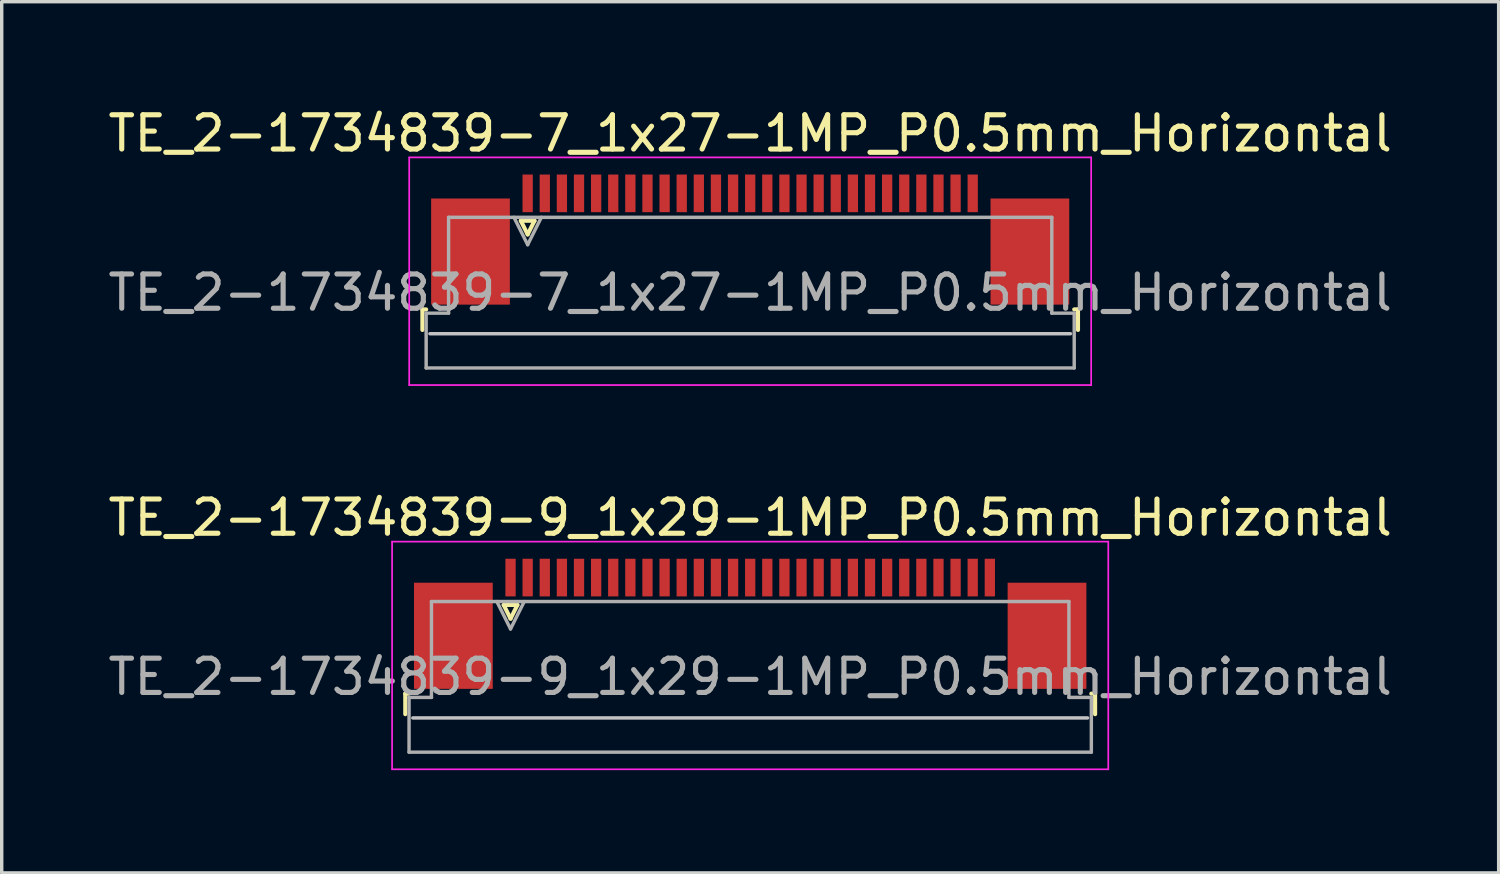
<source format=kicad_pcb>
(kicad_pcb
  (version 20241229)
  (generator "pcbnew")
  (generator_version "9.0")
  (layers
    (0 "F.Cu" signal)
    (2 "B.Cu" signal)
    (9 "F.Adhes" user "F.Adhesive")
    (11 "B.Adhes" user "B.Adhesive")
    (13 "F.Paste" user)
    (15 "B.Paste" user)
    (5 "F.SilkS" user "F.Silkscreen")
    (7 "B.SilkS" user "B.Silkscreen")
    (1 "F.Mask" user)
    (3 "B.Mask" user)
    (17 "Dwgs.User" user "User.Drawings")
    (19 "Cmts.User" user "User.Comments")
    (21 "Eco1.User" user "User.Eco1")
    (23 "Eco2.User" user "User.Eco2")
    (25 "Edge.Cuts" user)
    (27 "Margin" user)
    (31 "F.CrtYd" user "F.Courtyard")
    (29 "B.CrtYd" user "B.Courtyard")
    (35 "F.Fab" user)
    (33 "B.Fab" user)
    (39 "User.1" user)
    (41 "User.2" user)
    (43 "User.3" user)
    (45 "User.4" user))
  (footprint "TE_2-1734839-7_1x27-1MP_P0.5mm_Horizontal"
    (layer "F.Cu")
    (at 18.863 3.948)
    (property "Reference" "TE_2-1734839-7_1x27-1MP_P0.5mm_Horizontal" (at 0 -3.1 0) (layer "F.SilkS") (effects (font (size 1 1) (thickness 0.15))))
    (attr smd)
    (fp_line (start -9.575 2.04) (end -9.575 2.64) (stroke (width 0.12) (type solid)) (layer "F.SilkS"))
    (fp_line (start -9.465 2.04) (end -9.575 2.04) (stroke (width 0.12) (type solid)) (layer "F.SilkS"))
    (fp_line (start -6.7 -0.55) (end -6.5 -0.15) (stroke (width 0.12) (type solid)) (layer "F.SilkS"))
    (fp_line (start -6.5 -0.15) (end -6.3 -0.55) (stroke (width 0.12) (type solid)) (layer "F.SilkS"))
    (fp_line (start -6.3 -0.55) (end -6.7 -0.55) (stroke (width 0.12) (type solid)) (layer "F.SilkS"))
    (fp_line (start 9.465 2.04) (end 9.575 2.04) (stroke (width 0.12) (type solid)) (layer "F.SilkS"))
    (fp_line (start 9.575 2.04) (end 9.575 2.64) (stroke (width 0.12) (type solid)) (layer "F.SilkS"))
    (fp_line (start 9.355 2.75) (end -9.355 2.75) (stroke (width 0.1) (type solid)) (layer "Dwgs.User"))
    (fp_line (start -9.96 -2.4) (end -9.96 4.25) (stroke (width 0.05) (type solid)) (layer "F.CrtYd"))
    (fp_line (start -9.96 4.25) (end 9.96 4.25) (stroke (width 0.05) (type solid)) (layer "F.CrtYd"))
    (fp_line (start 9.96 -2.4) (end -9.96 -2.4) (stroke (width 0.05) (type solid)) (layer "F.CrtYd"))
    (fp_line (start 9.96 4.25) (end 9.96 -2.4) (stroke (width 0.05) (type solid)) (layer "F.CrtYd"))
    (fp_line (start -9.465 2.15) (end -8.81 2.15) (stroke (width 0.1) (type solid)) (layer "F.Fab"))
    (fp_line (start -9.465 3.75) (end -9.465 2.15) (stroke (width 0.1) (type solid)) (layer "F.Fab"))
    (fp_line (start -8.81 -0.65) (end 8.81 -0.65) (stroke (width 0.1) (type solid)) (layer "F.Fab"))
    (fp_line (start -8.81 2.15) (end -8.81 -0.65) (stroke (width 0.1) (type solid)) (layer "F.Fab"))
    (fp_line (start -6.9 -0.65) (end -6.5 0.15) (stroke (width 0.1) (type solid)) (layer "F.Fab"))
    (fp_line (start -6.5 0.15) (end -6.1 -0.65) (stroke (width 0.1) (type solid)) (layer "F.Fab"))
    (fp_line (start 8.81 -0.65) (end 8.81 2.15) (stroke (width 0.1) (type solid)) (layer "F.Fab"))
    (fp_line (start 8.81 2.15) (end 9.465 2.15) (stroke (width 0.1) (type solid)) (layer "F.Fab"))
    (fp_line (start 9.465 2.15) (end 9.465 3.75) (stroke (width 0.1) (type solid)) (layer "F.Fab"))
    (fp_line (start 9.465 3.75) (end -9.465 3.75) (stroke (width 0.1) (type solid)) (layer "F.Fab"))
    (fp_text user "${REFERENCE}" (at 0 1.55 0) (layer "F.Fab") (effects (font (size 1 1) (thickness 0.15))))
    (pad "1" smd rect (at -6.5 -1.35) (size 0.3 1.1) (layers "F.Cu" "F.Mask" "F.Paste"))
    (pad "2" smd rect (at -6 -1.35) (size 0.3 1.1) (layers "F.Cu" "F.Mask" "F.Paste"))
    (pad "3" smd rect (at -5.5 -1.35) (size 0.3 1.1) (layers "F.Cu" "F.Mask" "F.Paste"))
    (pad "4" smd rect (at -5 -1.35) (size 0.3 1.1) (layers "F.Cu" "F.Mask" "F.Paste"))
    (pad "5" smd rect (at -4.5 -1.35) (size 0.3 1.1) (layers "F.Cu" "F.Mask" "F.Paste"))
    (pad "6" smd rect (at -4 -1.35) (size 0.3 1.1) (layers "F.Cu" "F.Mask" "F.Paste"))
    (pad "7" smd rect (at -3.5 -1.35) (size 0.3 1.1) (layers "F.Cu" "F.Mask" "F.Paste"))
    (pad "8" smd rect (at -3 -1.35) (size 0.3 1.1) (layers "F.Cu" "F.Mask" "F.Paste"))
    (pad "9" smd rect (at -2.5 -1.35) (size 0.3 1.1) (layers "F.Cu" "F.Mask" "F.Paste"))
    (pad "10" smd rect (at -2 -1.35) (size 0.3 1.1) (layers "F.Cu" "F.Mask" "F.Paste"))
    (pad "11" smd rect (at -1.5 -1.35) (size 0.3 1.1) (layers "F.Cu" "F.Mask" "F.Paste"))
    (pad "12" smd rect (at -1 -1.35) (size 0.3 1.1) (layers "F.Cu" "F.Mask" "F.Paste"))
    (pad "13" smd rect (at -0.5 -1.35) (size 0.3 1.1) (layers "F.Cu" "F.Mask" "F.Paste"))
    (pad "14" smd rect (at 0 -1.35) (size 0.3 1.1) (layers "F.Cu" "F.Mask" "F.Paste"))
    (pad "15" smd rect (at 0.5 -1.35) (size 0.3 1.1) (layers "F.Cu" "F.Mask" "F.Paste"))
    (pad "16" smd rect (at 1 -1.35) (size 0.3 1.1) (layers "F.Cu" "F.Mask" "F.Paste"))
    (pad "17" smd rect (at 1.5 -1.35) (size 0.3 1.1) (layers "F.Cu" "F.Mask" "F.Paste"))
    (pad "18" smd rect (at 2 -1.35) (size 0.3 1.1) (layers "F.Cu" "F.Mask" "F.Paste"))
    (pad "19" smd rect (at 2.5 -1.35) (size 0.3 1.1) (layers "F.Cu" "F.Mask" "F.Paste"))
    (pad "20" smd rect (at 3 -1.35) (size 0.3 1.1) (layers "F.Cu" "F.Mask" "F.Paste"))
    (pad "21" smd rect (at 3.5 -1.35) (size 0.3 1.1) (layers "F.Cu" "F.Mask" "F.Paste"))
    (pad "22" smd rect (at 4 -1.35) (size 0.3 1.1) (layers "F.Cu" "F.Mask" "F.Paste"))
    (pad "23" smd rect (at 4.5 -1.35) (size 0.3 1.1) (layers "F.Cu" "F.Mask" "F.Paste"))
    (pad "24" smd rect (at 5 -1.35) (size 0.3 1.1) (layers "F.Cu" "F.Mask" "F.Paste"))
    (pad "25" smd rect (at 5.5 -1.35) (size 0.3 1.1) (layers "F.Cu" "F.Mask" "F.Paste"))
    (pad "26" smd rect (at 6 -1.35) (size 0.3 1.1) (layers "F.Cu" "F.Mask" "F.Paste"))
    (pad "27" smd rect (at 6.5 -1.35) (size 0.3 1.1) (layers "F.Cu" "F.Mask" "F.Paste"))
    (pad "MP" smd rect (at -8.17 0.35) (size 2.3 3.1) (layers "F.Cu" "F.Mask" "F.Paste"))
    (pad "MP" smd rect (at 8.17 0.35) (size 2.3 3.1) (layers "F.Cu" "F.Mask" "F.Paste")))
  (footprint "TE_2-1734839-9_1x29-1MP_P0.5mm_Horizontal"
    (layer "F.Cu")
    (at 18.863 15.171)
    (property "Reference" "TE_2-1734839-9_1x29-1MP_P0.5mm_Horizontal" (at 0 -3.1 0) (layer "F.SilkS") (effects (font (size 1 1) (thickness 0.15))))
    (attr smd)
    (fp_line (start -10.075 2.04) (end -10.075 2.64) (stroke (width 0.12) (type solid)) (layer "F.SilkS"))
    (fp_line (start -9.965 2.04) (end -10.075 2.04) (stroke (width 0.12) (type solid)) (layer "F.SilkS"))
    (fp_line (start -7.2 -0.55) (end -7 -0.15) (stroke (width 0.12) (type solid)) (layer "F.SilkS"))
    (fp_line (start -7 -0.15) (end -6.8 -0.55) (stroke (width 0.12) (type solid)) (layer "F.SilkS"))
    (fp_line (start -6.8 -0.55) (end -7.2 -0.55) (stroke (width 0.12) (type solid)) (layer "F.SilkS"))
    (fp_line (start 9.965 2.04) (end 10.075 2.04) (stroke (width 0.12) (type solid)) (layer "F.SilkS"))
    (fp_line (start 10.075 2.04) (end 10.075 2.64) (stroke (width 0.12) (type solid)) (layer "F.SilkS"))
    (fp_line (start 9.855 2.75) (end -9.855 2.75) (stroke (width 0.1) (type solid)) (layer "Dwgs.User"))
    (fp_line (start -10.46 -2.4) (end -10.46 4.25) (stroke (width 0.05) (type solid)) (layer "F.CrtYd"))
    (fp_line (start -10.46 4.25) (end 10.46 4.25) (stroke (width 0.05) (type solid)) (layer "F.CrtYd"))
    (fp_line (start 10.46 -2.4) (end -10.46 -2.4) (stroke (width 0.05) (type solid)) (layer "F.CrtYd"))
    (fp_line (start 10.46 4.25) (end 10.46 -2.4) (stroke (width 0.05) (type solid)) (layer "F.CrtYd"))
    (fp_line (start -9.965 2.15) (end -9.31 2.15) (stroke (width 0.1) (type solid)) (layer "F.Fab"))
    (fp_line (start -9.965 3.75) (end -9.965 2.15) (stroke (width 0.1) (type solid)) (layer "F.Fab"))
    (fp_line (start -9.31 -0.65) (end 9.31 -0.65) (stroke (width 0.1) (type solid)) (layer "F.Fab"))
    (fp_line (start -9.31 2.15) (end -9.31 -0.65) (stroke (width 0.1) (type solid)) (layer "F.Fab"))
    (fp_line (start -7.4 -0.65) (end -7 0.15) (stroke (width 0.1) (type solid)) (layer "F.Fab"))
    (fp_line (start -7 0.15) (end -6.6 -0.65) (stroke (width 0.1) (type solid)) (layer "F.Fab"))
    (fp_line (start 9.31 -0.65) (end 9.31 2.15) (stroke (width 0.1) (type solid)) (layer "F.Fab"))
    (fp_line (start 9.31 2.15) (end 9.965 2.15) (stroke (width 0.1) (type solid)) (layer "F.Fab"))
    (fp_line (start 9.965 2.15) (end 9.965 3.75) (stroke (width 0.1) (type solid)) (layer "F.Fab"))
    (fp_line (start 9.965 3.75) (end -9.965 3.75) (stroke (width 0.1) (type solid)) (layer "F.Fab"))
    (fp_text user "${REFERENCE}" (at 0 1.55 0) (layer "F.Fab") (effects (font (size 1 1) (thickness 0.15))))
    (pad "1" smd rect (at -7 -1.35) (size 0.3 1.1) (layers "F.Cu" "F.Mask" "F.Paste"))
    (pad "2" smd rect (at -6.5 -1.35) (size 0.3 1.1) (layers "F.Cu" "F.Mask" "F.Paste"))
    (pad "3" smd rect (at -6 -1.35) (size 0.3 1.1) (layers "F.Cu" "F.Mask" "F.Paste"))
    (pad "4" smd rect (at -5.5 -1.35) (size 0.3 1.1) (layers "F.Cu" "F.Mask" "F.Paste"))
    (pad "5" smd rect (at -5 -1.35) (size 0.3 1.1) (layers "F.Cu" "F.Mask" "F.Paste"))
    (pad "6" smd rect (at -4.5 -1.35) (size 0.3 1.1) (layers "F.Cu" "F.Mask" "F.Paste"))
    (pad "7" smd rect (at -4 -1.35) (size 0.3 1.1) (layers "F.Cu" "F.Mask" "F.Paste"))
    (pad "8" smd rect (at -3.5 -1.35) (size 0.3 1.1) (layers "F.Cu" "F.Mask" "F.Paste"))
    (pad "9" smd rect (at -3 -1.35) (size 0.3 1.1) (layers "F.Cu" "F.Mask" "F.Paste"))
    (pad "10" smd rect (at -2.5 -1.35) (size 0.3 1.1) (layers "F.Cu" "F.Mask" "F.Paste"))
    (pad "11" smd rect (at -2 -1.35) (size 0.3 1.1) (layers "F.Cu" "F.Mask" "F.Paste"))
    (pad "12" smd rect (at -1.5 -1.35) (size 0.3 1.1) (layers "F.Cu" "F.Mask" "F.Paste"))
    (pad "13" smd rect (at -1 -1.35) (size 0.3 1.1) (layers "F.Cu" "F.Mask" "F.Paste"))
    (pad "14" smd rect (at -0.5 -1.35) (size 0.3 1.1) (layers "F.Cu" "F.Mask" "F.Paste"))
    (pad "15" smd rect (at 0 -1.35) (size 0.3 1.1) (layers "F.Cu" "F.Mask" "F.Paste"))
    (pad "16" smd rect (at 0.5 -1.35) (size 0.3 1.1) (layers "F.Cu" "F.Mask" "F.Paste"))
    (pad "17" smd rect (at 1 -1.35) (size 0.3 1.1) (layers "F.Cu" "F.Mask" "F.Paste"))
    (pad "18" smd rect (at 1.5 -1.35) (size 0.3 1.1) (layers "F.Cu" "F.Mask" "F.Paste"))
    (pad "19" smd rect (at 2 -1.35) (size 0.3 1.1) (layers "F.Cu" "F.Mask" "F.Paste"))
    (pad "20" smd rect (at 2.5 -1.35) (size 0.3 1.1) (layers "F.Cu" "F.Mask" "F.Paste"))
    (pad "21" smd rect (at 3 -1.35) (size 0.3 1.1) (layers "F.Cu" "F.Mask" "F.Paste"))
    (pad "22" smd rect (at 3.5 -1.35) (size 0.3 1.1) (layers "F.Cu" "F.Mask" "F.Paste"))
    (pad "23" smd rect (at 4 -1.35) (size 0.3 1.1) (layers "F.Cu" "F.Mask" "F.Paste"))
    (pad "24" smd rect (at 4.5 -1.35) (size 0.3 1.1) (layers "F.Cu" "F.Mask" "F.Paste"))
    (pad "25" smd rect (at 5 -1.35) (size 0.3 1.1) (layers "F.Cu" "F.Mask" "F.Paste"))
    (pad "26" smd rect (at 5.5 -1.35) (size 0.3 1.1) (layers "F.Cu" "F.Mask" "F.Paste"))
    (pad "27" smd rect (at 6 -1.35) (size 0.3 1.1) (layers "F.Cu" "F.Mask" "F.Paste"))
    (pad "28" smd rect (at 6.5 -1.35) (size 0.3 1.1) (layers "F.Cu" "F.Mask" "F.Paste"))
    (pad "29" smd rect (at 7 -1.35) (size 0.3 1.1) (layers "F.Cu" "F.Mask" "F.Paste"))
    (pad "MP" smd rect (at -8.67 0.35) (size 2.3 3.1) (layers "F.Cu" "F.Mask" "F.Paste"))
    (pad "MP" smd rect (at 8.67 0.35) (size 2.3 3.1) (layers "F.Cu" "F.Mask" "F.Paste")))
  (gr_rect
    (start -3 -3)
    (end 40.726 22.447)
    (stroke (width 0.1) (type default))
    (fill no)
    (layer "Edge.Cuts")))
</source>
